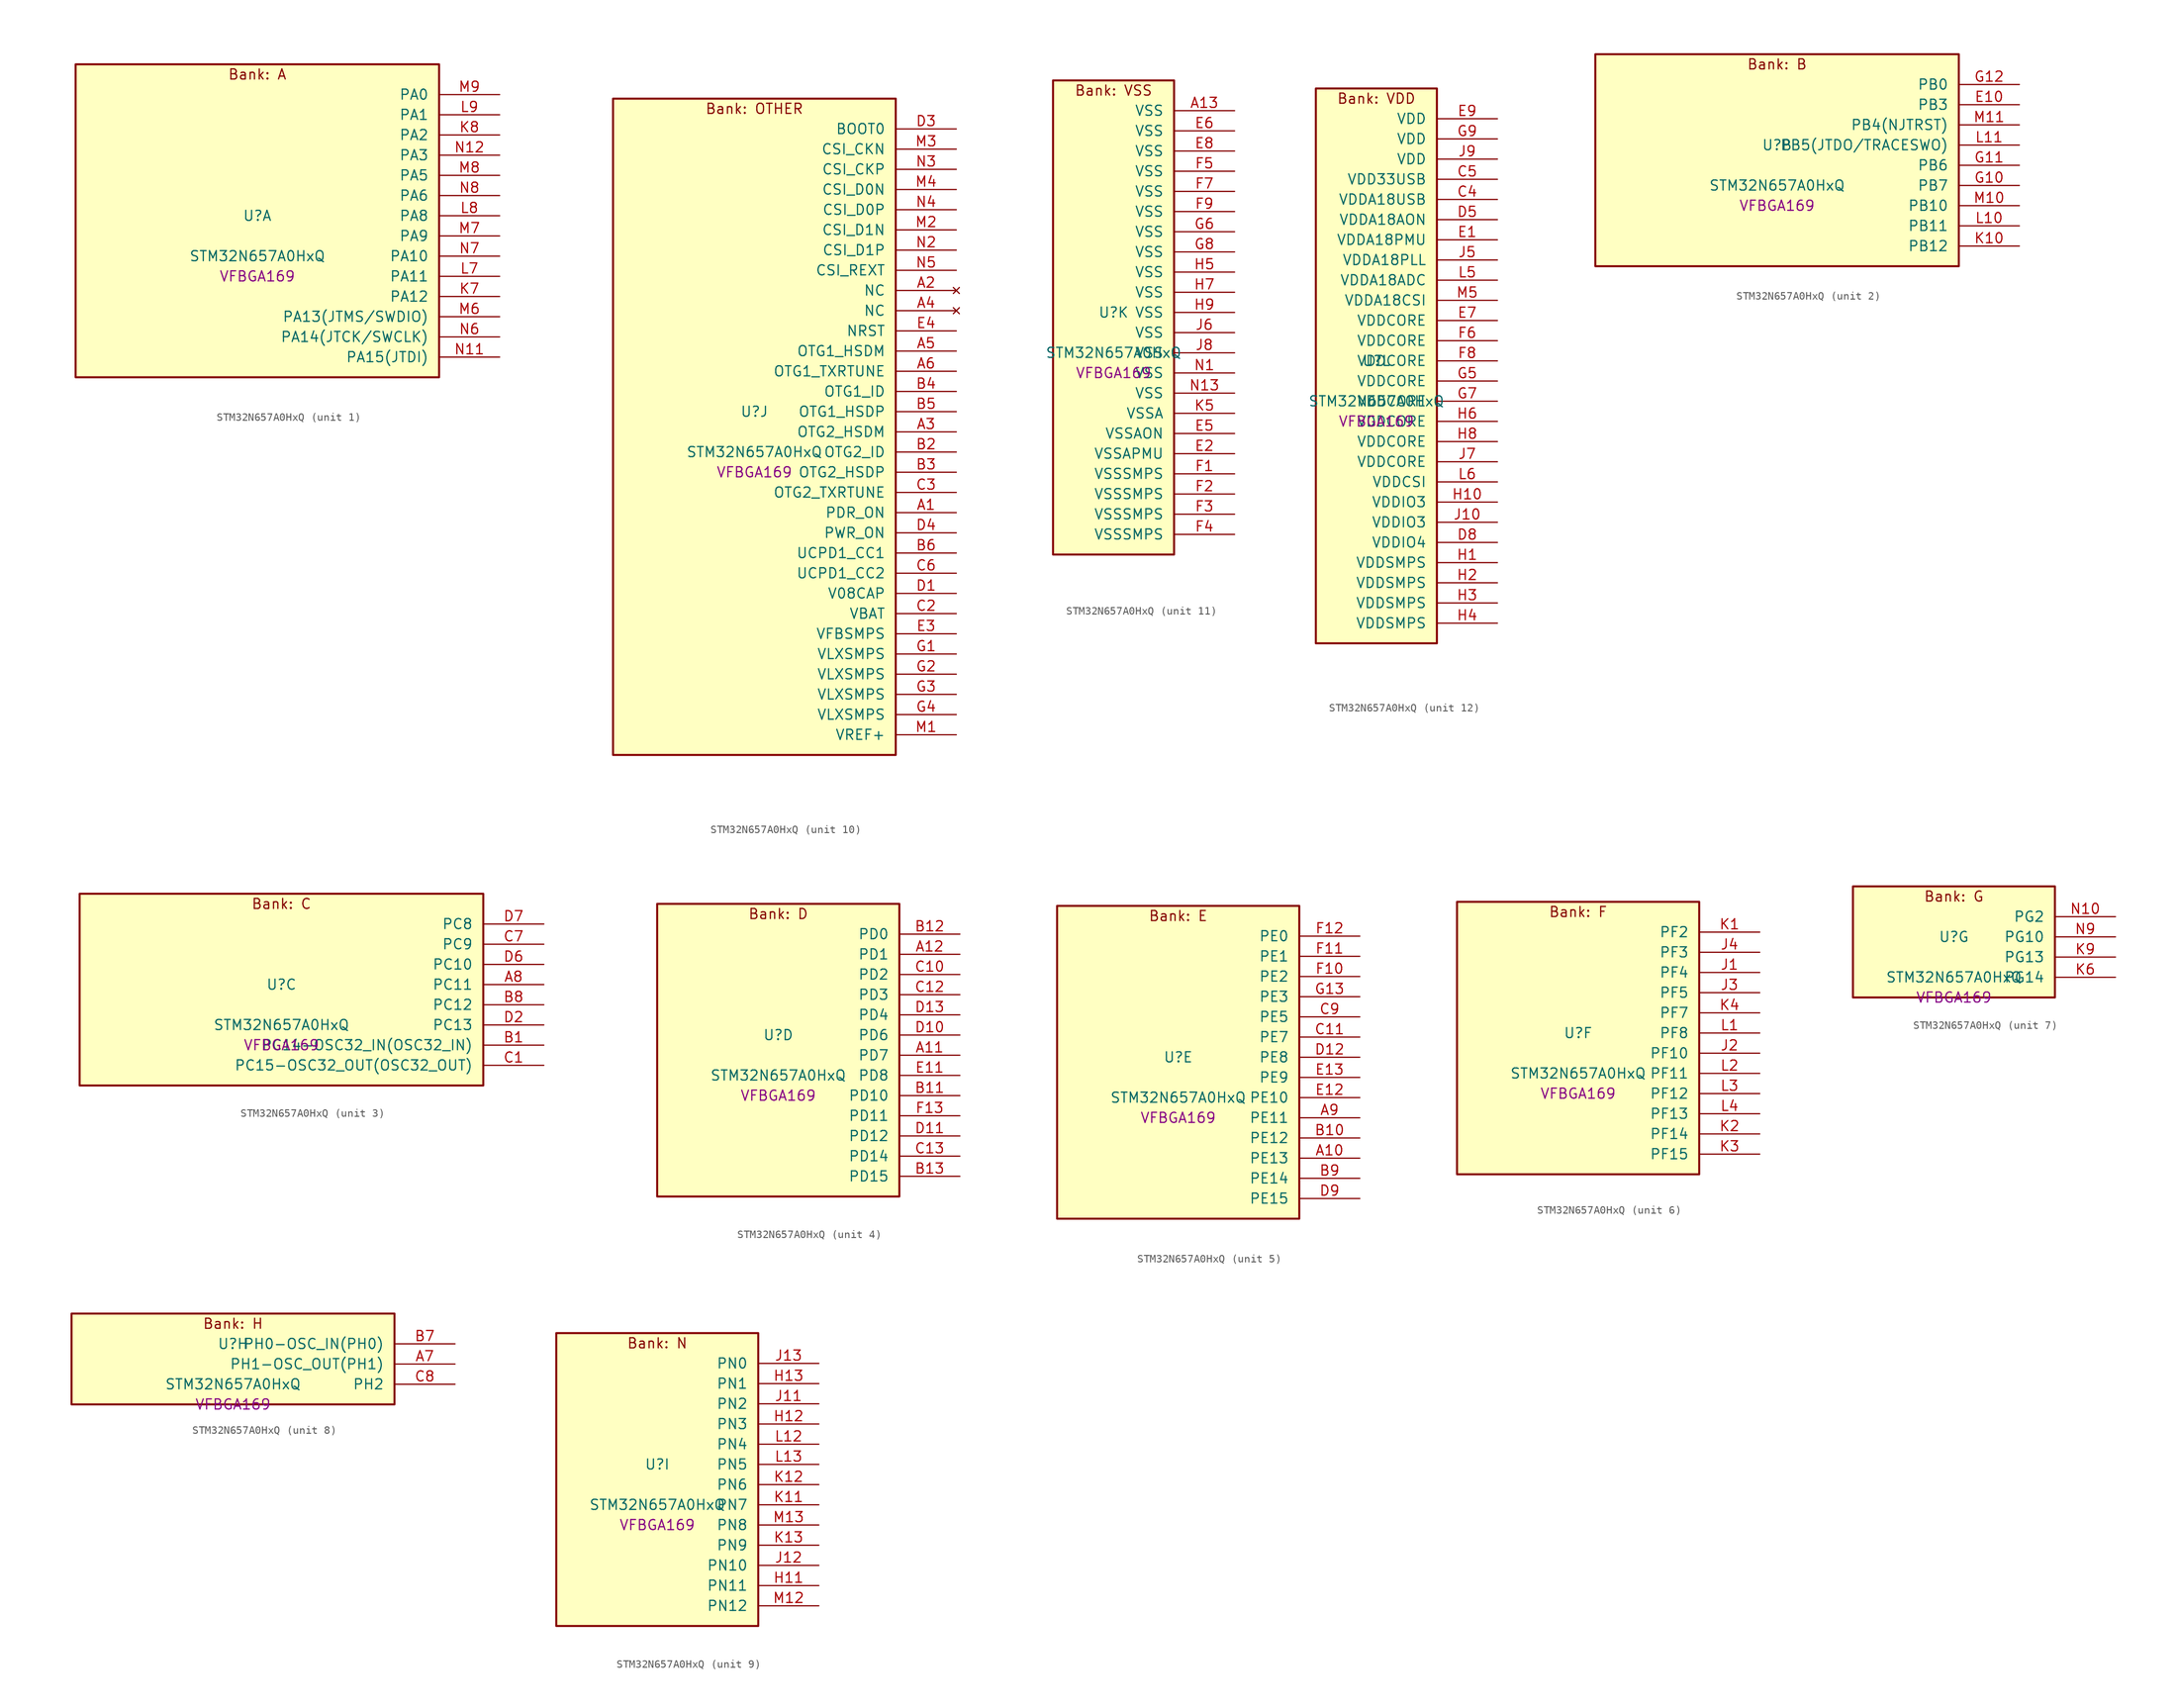
<source format=kicad_sym>
(kicad_symbol_lib
  (version 20241209)
  (generator "stm32_pkl_generator")
  (generator_version "1.0")
  (symbol "STM32N657A0HxQ"
    (pin_names
      (offset 1.27))
    (property "Reference" "U"
      (at 0 2.54 0))
    (property "Value" "STM32N657A0HxQ"
      (at 0 -2.54 0))
    (property "Footprint" "VFBGA169"
      (at 0 -5.08 0))
    (symbol "STM32N657A0HxQ_1_1"
      (rectangle (start -22.86 21.59) (end 22.86 -17.78) (stroke (width 0.254) (type solid)) (fill (type background)))
      (text "Bank: A" (at 0 20.32 0))
      (pin bidirectional line (at 30.48 17.78 180) (length 7.62) (name "PA0") (number "M9") (alternate "PA0/ADC1_INN1" bidirectional line) (alternate "PA0/ADC1_INP0" bidirectional line) (alternate "PA0/ADC2_INN1" bidirectional line) (alternate "PA0/ADC2_INP0" bidirectional line) (alternate "PA0/HDP_HDP0" bidirectional line) (alternate "PA0/I2S6_WS" bidirectional line) (alternate "PA0/LTDC_G3" bidirectional line) (alternate "PA0/PWR_WKUP1" bidirectional line) (alternate "PA0/SAI2_SD_B" bidirectional line) (alternate "PA0/SPI6_NSS" bidirectional line) (alternate "PA0/TIM15_BKIN" bidirectional line) (alternate "PA0/TIM2_CH1" bidirectional line) (alternate "PA0/TIM9_CH1" bidirectional line) (alternate "PA0/UART4_TX" bidirectional line))
      (pin bidirectional line (at 30.48 15.24 180) (length 7.62) (name "PA1") (number "L9") (alternate "PA1/ADC1_INP1" bidirectional line) (alternate "PA1/ADC2_INP1" bidirectional line) (alternate "PA1/DCMIPP_D0" bidirectional line) (alternate "PA1/DCMI_D0" bidirectional line) (alternate "PA1/HDP_HDP1" bidirectional line) (alternate "PA1/LTDC_G2" bidirectional line) (alternate "PA1/PSSI_D0" bidirectional line) (alternate "PA1/SAI2_MCLK_B" bidirectional line) (alternate "PA1/TIM15_CH1N" bidirectional line) (alternate "PA1/TIM2_CH2" bidirectional line) (alternate "PA1/UART4_RX" bidirectional line))
      (pin bidirectional line (at 30.48 12.7 180) (length 7.62) (name "PA2") (number "K8") (alternate "PA2/ADC1_INP14" bidirectional line) (alternate "PA2/ADC2_INP14" bidirectional line) (alternate "PA2/HDP_HDP2" bidirectional line) (alternate "PA2/LTDC_B7" bidirectional line) (alternate "PA2/MDIOS_MDIO" bidirectional line) (alternate "PA2/PWR_WKUP2" bidirectional line) (alternate "PA2/SAI2_SCK_B" bidirectional line) (alternate "PA2/TIM15_CH1" bidirectional line) (alternate "PA2/TIM2_CH3" bidirectional line))
      (pin bidirectional line (at 30.48 10.16 180) (length 7.62) (name "PA3") (number "N12") (alternate "PA3/SAI1_SD_B" bidirectional line) (alternate "PA3/SPI5_NSS" bidirectional line) (alternate "PA3/TIM16_CH1" bidirectional line) (alternate "PA3/UART7_RX" bidirectional line))
      (pin bidirectional line (at 30.48 7.62 180) (length 7.62) (name "PA5") (number "M8") (alternate "PA5/ADC2_INP18" bidirectional line) (alternate "PA5/DCMIPP_D8" bidirectional line) (alternate "PA5/DCMI_D8" bidirectional line) (alternate "PA5/HDP_HDP5" bidirectional line) (alternate "PA5/I2S1_CK" bidirectional line) (alternate "PA5/I2S6_CK" bidirectional line) (alternate "PA5/I3C1_SCL" bidirectional line) (alternate "PA5/LTDC_CLK" bidirectional line) (alternate "PA5/PSSI_D8" bidirectional line) (alternate "PA5/PWR_CSTOP" bidirectional line) (alternate "PA5/SPI1_SCK" bidirectional line) (alternate "PA5/SPI6_SCK" bidirectional line) (alternate "PA5/TIM10_CH1" bidirectional line) (alternate "PA5/TIM2_CH1" bidirectional line) (alternate "PA5/TIM2_ETR" bidirectional line) (alternate "PA5/TIM9_CH2" bidirectional line))
      (pin bidirectional line (at 30.48 5.08 180) (length 7.62) (name "PA6") (number "N8") (alternate "PA6/ADC1_INP3" bidirectional line) (alternate "PA6/ADC2_INP3" bidirectional line) (alternate "PA6/BOOT1" bidirectional line) (alternate "PA6/DCMIPP_PIXCLK" bidirectional line) (alternate "PA6/DCMI_PIXCLK" bidirectional line) (alternate "PA6/HDP_HDP6" bidirectional line) (alternate "PA6/I2S1_SDI" bidirectional line) (alternate "PA6/I2S6_SDI" bidirectional line) (alternate "PA6/I3C1_SDA" bidirectional line) (alternate "PA6/LTDC_B7" bidirectional line) (alternate "PA6/LTDC_HSYNC" bidirectional line) (alternate "PA6/MDIOS_MDC" bidirectional line) (alternate "PA6/PSSI_PDCK" bidirectional line) (alternate "PA6/SPI1_MISO" bidirectional line) (alternate "PA6/SPI6_MISO" bidirectional line) (alternate "PA6/TIM13_CH1" bidirectional line) (alternate "PA6/TIM1_BKIN" bidirectional line) (alternate "PA6/TIM3_CH1" bidirectional line))
      (pin bidirectional line (at 30.48 2.54 180) (length 7.62) (name "PA8") (number "L8") (alternate "PA8/ADC1_INP5" bidirectional line) (alternate "PA8/ADC2_INP5" bidirectional line) (alternate "PA8/HDP_HDP0" bidirectional line) (alternate "PA8/I2C3_SCL" bidirectional line) (alternate "PA8/I3C2_SCL" bidirectional line) (alternate "PA8/LTDC_B6" bidirectional line) (alternate "PA8/RCC_MCO_1" bidirectional line) (alternate "PA8/TIM11_CH1" bidirectional line) (alternate "PA8/TIM1_CH1" bidirectional line) (alternate "PA8/UART7_RX" bidirectional line) (alternate "PA8/USART1_CK" bidirectional line))
      (pin bidirectional line (at 30.48 0 180) (length 7.62) (name "PA9") (number "M7") (alternate "PA9/ADC1_INP10" bidirectional line) (alternate "PA9/ADC2_INP10" bidirectional line) (alternate "PA9/DCMIPP_D0" bidirectional line) (alternate "PA9/DCMI_D0" bidirectional line) (alternate "PA9/HDP_HDP1" bidirectional line) (alternate "PA9/I2C3_SDA" bidirectional line) (alternate "PA9/I2S2_CK" bidirectional line) (alternate "PA9/I3C2_SDA" bidirectional line) (alternate "PA9/LPUART1_TX" bidirectional line) (alternate "PA9/LTDC_B5" bidirectional line) (alternate "PA9/PSSI_D0" bidirectional line) (alternate "PA9/SPI2_SCK" bidirectional line) (alternate "PA9/TIM1_CH2" bidirectional line) (alternate "PA9/USART1_TX" bidirectional line))
      (pin bidirectional line (at 30.48 -2.54 180) (length 7.62) (name "PA10") (number "N7") (alternate "PA10/ADC1_INN10" bidirectional line) (alternate "PA10/ADC1_INP11" bidirectional line) (alternate "PA10/ADC2_INN10" bidirectional line) (alternate "PA10/ADC2_INP11" bidirectional line) (alternate "PA10/DCMIPP_D1" bidirectional line) (alternate "PA10/DCMI_D1" bidirectional line) (alternate "PA10/HDP_HDP2" bidirectional line) (alternate "PA10/LPUART1_RX" bidirectional line) (alternate "PA10/LTDC_B4" bidirectional line) (alternate "PA10/MDIOS_MDIO" bidirectional line) (alternate "PA10/PSSI_D1" bidirectional line) (alternate "PA10/PWR_CSLEEP" bidirectional line) (alternate "PA10/TIM1_CH3" bidirectional line) (alternate "PA10/USART1_RX" bidirectional line))
      (pin bidirectional line (at 30.48 -5.08 180) (length 7.62) (name "PA11") (number "L7") (alternate "PA11/ADC1_EXTI11" bidirectional line) (alternate "PA11/ADC1_INN11" bidirectional line) (alternate "PA11/ADC1_INP12" bidirectional line) (alternate "PA11/ADC2_EXTI11" bidirectional line) (alternate "PA11/ADC2_INN11" bidirectional line) (alternate "PA11/ADC2_INP12" bidirectional line) (alternate "PA11/FDCAN1_RX" bidirectional line) (alternate "PA11/HDP_HDP3" bidirectional line) (alternate "PA11/I2S2_WS" bidirectional line) (alternate "PA11/LPUART1_CTS" bidirectional line) (alternate "PA11/LTDC_B3" bidirectional line) (alternate "PA11/SPI2_NSS" bidirectional line) (alternate "PA11/TIM1_CH4" bidirectional line) (alternate "PA11/UART4_RX" bidirectional line) (alternate "PA11/USART1_CTS" bidirectional line) (alternate "PA11/USART1_NSS" bidirectional line))
      (pin bidirectional line (at 30.48 -7.62 180) (length 7.62) (name "PA12") (number "K7") (alternate "PA12/ADC1_INN12" bidirectional line) (alternate "PA12/ADC1_INP13" bidirectional line) (alternate "PA12/ADC2_INN12" bidirectional line) (alternate "PA12/ADC2_INP13" bidirectional line) (alternate "PA12/FDCAN1_TX" bidirectional line) (alternate "PA12/HDP_HDP4" bidirectional line) (alternate "PA12/I2S2_CK" bidirectional line) (alternate "PA12/LPUART1_RTS" bidirectional line) (alternate "PA12/LTDC_B2" bidirectional line) (alternate "PA12/SAI2_FS_B" bidirectional line) (alternate "PA12/SPI2_SCK" bidirectional line) (alternate "PA12/TIM1_ETR" bidirectional line) (alternate "PA12/UART4_TX" bidirectional line) (alternate "PA12/USART1_RTS" bidirectional line))
      (pin bidirectional line (at 30.48 -10.16 180) (length 7.62) (name "PA13(JTMS/SWDIO)") (number "M6") (alternate "PA13(JTMS/SWDIO)/DEBUG_JTMS-SWDIO" bidirectional line) (alternate "PA13(JTMS/SWDIO)/HDP_HDP5" bidirectional line))
      (pin bidirectional line (at 30.48 -12.7 180) (length 7.62) (name "PA14(JTCK/SWCLK)") (number "N6") (alternate "PA14(JTCK/SWCLK)/DEBUG_JTCK-SWCLK" bidirectional line) (alternate "PA14(JTCK/SWCLK)/HDP_HDP6" bidirectional line))
      (pin bidirectional line (at 30.48 -15.24 180) (length 7.62) (name "PA15(JTDI)") (number "N11") (alternate "PA15(JTDI)/ADC1_EXTI15" bidirectional line) (alternate "PA15(JTDI)/ADC2_EXTI15" bidirectional line) (alternate "PA15(JTDI)/DEBUG_JTDI" bidirectional line) (alternate "PA15(JTDI)/HDP_HDP7" bidirectional line) (alternate "PA15(JTDI)/I2S1_WS" bidirectional line) (alternate "PA15(JTDI)/I2S3_WS" bidirectional line) (alternate "PA15(JTDI)/I2S6_WS" bidirectional line) (alternate "PA15(JTDI)/LTDC_R5" bidirectional line) (alternate "PA15(JTDI)/SPI1_NSS" bidirectional line) (alternate "PA15(JTDI)/SPI3_NSS" bidirectional line) (alternate "PA15(JTDI)/SPI6_NSS" bidirectional line) (alternate "PA15(JTDI)/TIM2_CH1" bidirectional line) (alternate "PA15(JTDI)/TIM2_ETR" bidirectional line) (alternate "PA15(JTDI)/UART4_DE" bidirectional line) (alternate "PA15(JTDI)/UART4_RTS" bidirectional line) (alternate "PA15(JTDI)/UART7_TX" bidirectional line)))
    (symbol "STM32N657A0HxQ_2_1"
      (rectangle (start -22.86 13.97) (end 22.86 -12.7) (stroke (width 0.254) (type solid)) (fill (type background)))
      (text "Bank: B" (at 0 12.7 0))
      (pin bidirectional line (at 30.48 10.16 180) (length 7.62) (name "PB0") (number "G12") (alternate "PB0/ADF1_SDI0" bidirectional line) (alternate "PB0/DCMIPP_D4" bidirectional line) (alternate "PB0/DCMI_D4" bidirectional line) (alternate "PB0/DEBUG_TRACED1" bidirectional line) (alternate "PB0/MDF1_SDI2" bidirectional line) (alternate "PB0/PSSI_D4" bidirectional line) (alternate "PB0/SAI1_D2" bidirectional line) (alternate "PB0/SAI1_FS_A" bidirectional line) (alternate "PB0/SPI4_NSS" bidirectional line) (alternate "PB0/TIM15_CH1N" bidirectional line) (alternate "PB0/TIM1_CH4" bidirectional line))
      (pin bidirectional line (at 30.48 7.62 180) (length 7.62) (name "PB3") (number "E10") (alternate "PB3/DEBUG_JTDO-SWO" bidirectional line) (alternate "PB3/DEBUG_TRACECLK" bidirectional line) (alternate "PB3/GFXTIM_FCKCAL" bidirectional line) (alternate "PB3/GFXTIM_LCKCAL" bidirectional line) (alternate "PB3/HDP_HDP0" bidirectional line) (alternate "PB3/MDF1_CKI1" bidirectional line) (alternate "PB3/SAI2_FS_B" bidirectional line) (alternate "PB3/TIM1_CH4N" bidirectional line) (alternate "PB3/USART1_CK" bidirectional line))
      (pin bidirectional line (at 30.48 5.08 180) (length 7.62) (name "PB4(NJTRST)") (number "M11") (alternate "PB4(NJTRST)/DCMIPP_VSYNC" bidirectional line) (alternate "PB4(NJTRST)/DCMI_VSYNC" bidirectional line) (alternate "PB4(NJTRST)/DEBUG_NJTRST" bidirectional line) (alternate "PB4(NJTRST)/HDP_HDP4" bidirectional line) (alternate "PB4(NJTRST)/I2S1_SDI" bidirectional line) (alternate "PB4(NJTRST)/I2S2_WS" bidirectional line) (alternate "PB4(NJTRST)/I2S3_SDI" bidirectional line) (alternate "PB4(NJTRST)/I2S6_SDI" bidirectional line) (alternate "PB4(NJTRST)/LTDC_R3" bidirectional line) (alternate "PB4(NJTRST)/PSSI_RDY" bidirectional line) (alternate "PB4(NJTRST)/SPI1_MISO" bidirectional line) (alternate "PB4(NJTRST)/SPI2_NSS" bidirectional line) (alternate "PB4(NJTRST)/SPI3_MISO" bidirectional line) (alternate "PB4(NJTRST)/SPI6_MISO" bidirectional line) (alternate "PB4(NJTRST)/TIM16_BKIN" bidirectional line) (alternate "PB4(NJTRST)/TIM3_CH1" bidirectional line) (alternate "PB4(NJTRST)/UART7_TX" bidirectional line))
      (pin bidirectional line (at 30.48 2.54 180) (length 7.62) (name "PB5(JTDO/TRACESWO)") (number "L11") (alternate "PB5(JTDO/TRACESWO)/DCMIPP_D10" bidirectional line) (alternate "PB5(JTDO/TRACESWO)/DCMI_D10" bidirectional line) (alternate "PB5(JTDO/TRACESWO)/DEBUG_JTDO-SWO" bidirectional line) (alternate "PB5(JTDO/TRACESWO)/FDCAN2_RX" bidirectional line) (alternate "PB5(JTDO/TRACESWO)/HDP_HDP5" bidirectional line) (alternate "PB5(JTDO/TRACESWO)/I2S1_SDO" bidirectional line) (alternate "PB5(JTDO/TRACESWO)/I2S3_SDO" bidirectional line) (alternate "PB5(JTDO/TRACESWO)/I2S6_SDO" bidirectional line) (alternate "PB5(JTDO/TRACESWO)/LTDC_R2" bidirectional line) (alternate "PB5(JTDO/TRACESWO)/PSSI_D10" bidirectional line) (alternate "PB5(JTDO/TRACESWO)/SPI1_MOSI" bidirectional line) (alternate "PB5(JTDO/TRACESWO)/SPI3_MOSI" bidirectional line) (alternate "PB5(JTDO/TRACESWO)/SPI6_MOSI" bidirectional line) (alternate "PB5(JTDO/TRACESWO)/TIM3_CH2" bidirectional line) (alternate "PB5(JTDO/TRACESWO)/UART5_RX" bidirectional line))
      (pin bidirectional line (at 30.48 0 180) (length 7.62) (name "PB6") (number "G11") (alternate "PB6/ADF1_CCK1" bidirectional line) (alternate "PB6/DCMIPP_D6" bidirectional line) (alternate "PB6/DCMI_D6" bidirectional line) (alternate "PB6/DEBUG_TRACED2" bidirectional line) (alternate "PB6/MDF1_CCK1" bidirectional line) (alternate "PB6/PSSI_D6" bidirectional line) (alternate "PB6/SAI1_CK2" bidirectional line) (alternate "PB6/SAI1_SCK_A" bidirectional line) (alternate "PB6/SPI4_MISO" bidirectional line) (alternate "PB6/TIM15_CH1" bidirectional line))
      (pin bidirectional line (at 30.48 -2.54 180) (length 7.62) (name "PB7") (number "G10") (alternate "PB7/ADF1_SDI0" bidirectional line) (alternate "PB7/DCMIPP_D7" bidirectional line) (alternate "PB7/DCMI_D7" bidirectional line) (alternate "PB7/DEBUG_TRACED3" bidirectional line) (alternate "PB7/MDF1_SDI1" bidirectional line) (alternate "PB7/PSSI_D7" bidirectional line) (alternate "PB7/SAI1_D1" bidirectional line) (alternate "PB7/SAI1_SD_A" bidirectional line) (alternate "PB7/SAI2_MCLK_B" bidirectional line) (alternate "PB7/SPI4_MOSI" bidirectional line) (alternate "PB7/TIM15_CH2" bidirectional line) (alternate "PB7/TIM1_BKIN2" bidirectional line))
      (pin bidirectional line (at 30.48 -5.08 180) (length 7.62) (name "PB10") (number "M10") (alternate "PB10/ADC1_INN4" bidirectional line) (alternate "PB10/ADC1_INP8" bidirectional line) (alternate "PB10/ADC2_INN4" bidirectional line) (alternate "PB10/ADC2_INP8" bidirectional line) (alternate "PB10/HDP_HDP2" bidirectional line) (alternate "PB10/I2C2_SCL" bidirectional line) (alternate "PB10/I2S2_CK" bidirectional line) (alternate "PB10/I3C2_SCL" bidirectional line) (alternate "PB10/LPTIM2_IN1" bidirectional line) (alternate "PB10/LTDC_G7" bidirectional line) (alternate "PB10/SPI2_SCK" bidirectional line) (alternate "PB10/TIM2_CH3" bidirectional line) (alternate "PB10/USART3_TX" bidirectional line))
      (pin bidirectional line (at 30.48 -7.62 180) (length 7.62) (name "PB11") (number "L10") (alternate "PB11/ADC1_EXTI11" bidirectional line) (alternate "PB11/ADC1_INP4" bidirectional line) (alternate "PB11/ADC2_EXTI11" bidirectional line) (alternate "PB11/ADC2_INP4" bidirectional line) (alternate "PB11/HDP_HDP3" bidirectional line) (alternate "PB11/I2C2_SDA" bidirectional line) (alternate "PB11/I3C2_SDA" bidirectional line) (alternate "PB11/LPTIM2_ETR" bidirectional line) (alternate "PB11/LTDC_G6" bidirectional line) (alternate "PB11/TIM2_CH4" bidirectional line) (alternate "PB11/USART3_RX" bidirectional line))
      (pin bidirectional line (at 30.48 -10.16 180) (length 7.62) (name "PB12") (number "K10") (alternate "PB12/FDCAN2_RX" bidirectional line) (alternate "PB12/HDP_HDP4" bidirectional line) (alternate "PB12/I2C2_SMBA" bidirectional line) (alternate "PB12/I2S2_WS" bidirectional line) (alternate "PB12/LPTIM2_IN2" bidirectional line) (alternate "PB12/LTDC_G5" bidirectional line) (alternate "PB12/SPI2_NSS" bidirectional line) (alternate "PB12/TIM1_BKIN" bidirectional line) (alternate "PB12/UART5_RX" bidirectional line) (alternate "PB12/USART3_CK" bidirectional line)))
    (symbol "STM32N657A0HxQ_3_1"
      (rectangle (start -25.4 13.97) (end 25.4 -10.16) (stroke (width 0.254) (type solid)) (fill (type background)))
      (text "Bank: C" (at 0 12.7 0))
      (pin bidirectional line (at 33.02 10.16 180) (length 7.62) (name "PC8") (number "D7") (alternate "PC8/DCMIPP_D2" bidirectional line) (alternate "PC8/DCMI_D2" bidirectional line) (alternate "PC8/DEBUG_TRACED1" bidirectional line) (alternate "PC8/HDP_HDP0" bidirectional line) (alternate "PC8/I2C3_SMBA" bidirectional line) (alternate "PC8/LTDC_B0" bidirectional line) (alternate "PC8/PSSI_D2" bidirectional line) (alternate "PC8/TIM3_CH3" bidirectional line) (alternate "PC8/UART5_DE" bidirectional line) (alternate "PC8/UART5_RTS" bidirectional line) (alternate "PC8/UCPD1_FRSTX1" bidirectional line) (alternate "PC8/USART6_CK" bidirectional line))
      (pin bidirectional line (at 33.02 7.62 180) (length 7.62) (name "PC9") (number "C7") (alternate "PC9/AUDIOCLK" bidirectional line) (alternate "PC9/DCMIPP_D3" bidirectional line) (alternate "PC9/DCMI_D3" bidirectional line) (alternate "PC9/HDP_HDP1" bidirectional line) (alternate "PC9/I2C3_SDA" bidirectional line) (alternate "PC9/LTDC_B3" bidirectional line) (alternate "PC9/PSSI_D3" bidirectional line) (alternate "PC9/RCC_MCO_2" bidirectional line) (alternate "PC9/TIM3_CH4" bidirectional line) (alternate "PC9/UART5_CTS" bidirectional line) (alternate "PC9/UCPD1_FRSTX2" bidirectional line) (alternate "PC9/USART6_RX" bidirectional line))
      (pin bidirectional line (at 33.02 5.08 180) (length 7.62) (name "PC10") (number "D6") (alternate "PC10/DCMIPP_D14" bidirectional line) (alternate "PC10/HDP_HDP2" bidirectional line) (alternate "PC10/I2C4_SCL" bidirectional line) (alternate "PC10/I2S3_CK" bidirectional line) (alternate "PC10/I3C2_SCL" bidirectional line) (alternate "PC10/PSSI_D14" bidirectional line) (alternate "PC10/SPI3_SCK" bidirectional line) (alternate "PC10/TIM1_BKIN" bidirectional line) (alternate "PC10/UART4_TX" bidirectional line) (alternate "PC10/USART3_TX" bidirectional line))
      (pin bidirectional line (at 33.02 2.54 180) (length 7.62) (name "PC11") (number "A8") (alternate "PC11/ADC1_EXTI11" bidirectional line) (alternate "PC11/ADC2_EXTI11" bidirectional line) (alternate "PC11/DCMIPP_D4" bidirectional line) (alternate "PC11/DCMI_D4" bidirectional line) (alternate "PC11/HDP_HDP3" bidirectional line) (alternate "PC11/I2C4_SDA" bidirectional line) (alternate "PC11/I2S3_SDI" bidirectional line) (alternate "PC11/I3C2_SDA" bidirectional line) (alternate "PC11/PSSI_D4" bidirectional line) (alternate "PC11/SPI3_MISO" bidirectional line) (alternate "PC11/UART4_RX" bidirectional line) (alternate "PC11/USART3_RX" bidirectional line))
      (pin bidirectional line (at 33.02 0 180) (length 7.62) (name "PC12") (number "B8") (alternate "PC12/DCMIPP_D9" bidirectional line) (alternate "PC12/DCMI_D9" bidirectional line) (alternate "PC12/DEBUG_TRACED3" bidirectional line) (alternate "PC12/HDP_HDP4" bidirectional line) (alternate "PC12/I2S3_SDO" bidirectional line) (alternate "PC12/I2S6_CK" bidirectional line) (alternate "PC12/PSSI_D9" bidirectional line) (alternate "PC12/SPI3_MOSI" bidirectional line) (alternate "PC12/SPI6_SCK" bidirectional line) (alternate "PC12/TIM15_CH1" bidirectional line) (alternate "PC12/TIM1_CH4" bidirectional line) (alternate "PC12/UART5_TX" bidirectional line) (alternate "PC12/USART3_CK" bidirectional line))
      (pin bidirectional line (at 33.02 -2.54 180) (length 7.62) (name "PC13") (number "D2") (alternate "PC13/HDP_HDP5" bidirectional line) (alternate "PC13/PWR_WKUP3" bidirectional line) (alternate "PC13/RTC_OUT1" bidirectional line) (alternate "PC13/RTC_TS" bidirectional line) (alternate "PC13/TAMP_IN1" bidirectional line) (alternate "PC13/TAMP_OUT2" bidirectional line))
      (pin bidirectional line (at 33.02 -5.08 180) (length 7.62) (name "PC14-OSC32_IN(OSC32_IN)") (number "B1") (alternate "PC14-OSC32_IN(OSC32_IN)/RCC_OSC32_IN" bidirectional line))
      (pin bidirectional line (at 33.02 -7.62 180) (length 7.62) (name "PC15-OSC32_OUT(OSC32_OUT)") (number "C1") (alternate "PC15-OSC32_OUT(OSC32_OUT)/ADC1_EXTI15" bidirectional line) (alternate "PC15-OSC32_OUT(OSC32_OUT)/ADC2_EXTI15" bidirectional line) (alternate "PC15-OSC32_OUT(OSC32_OUT)/RCC_OSC32_OUT" bidirectional line)))
    (symbol "STM32N657A0HxQ_4_1"
      (rectangle (start -15.24 19.05) (end 15.24 -17.78) (stroke (width 0.254) (type solid)) (fill (type background)))
      (text "Bank: D" (at 0 17.78 0))
      (pin bidirectional line (at 22.86 15.24 180) (length 7.62) (name "PD0") (number "B12") (alternate "PD0/DCMIPP_HSYNC" bidirectional line) (alternate "PD0/DCMI_HSYNC" bidirectional line) (alternate "PD0/FDCAN1_RX" bidirectional line) (alternate "PD0/PSSI_DE" bidirectional line) (alternate "PD0/TIM1_ETR" bidirectional line) (alternate "PD0/UART4_RX" bidirectional line))
      (pin bidirectional line (at 22.86 12.7 180) (length 7.62) (name "PD1") (number "A12") (alternate "PD1/ETH1_MDC" bidirectional line) (alternate "PD1/FDCAN1_TX" bidirectional line) (alternate "PD1/UART4_TX" bidirectional line))
      (pin bidirectional line (at 22.86 10.16 180) (length 7.62) (name "PD2") (number "C10") (alternate "PD2/ADF1_SDI0" bidirectional line) (alternate "PD2/DEBUG_TRACED0" bidirectional line) (alternate "PD2/HDP_HDP1" bidirectional line) (alternate "PD2/I2S2_SDO" bidirectional line) (alternate "PD2/MDF1_SDI1" bidirectional line) (alternate "PD2/MDIOS_MDC" bidirectional line) (alternate "PD2/PWR_WKUP4" bidirectional line) (alternate "PD2/SAI1_D1" bidirectional line) (alternate "PD2/SAI1_SD_A" bidirectional line) (alternate "PD2/SPI2_MOSI" bidirectional line) (alternate "PD2/TIM15_CH1N" bidirectional line) (alternate "PD2/TIM1_CH3" bidirectional line))
      (pin bidirectional line (at 22.86 7.62 180) (length 7.62) (name "PD3") (number "C12") (alternate "PD3/DCMIPP_D14" bidirectional line) (alternate "PD3/ETH1_PHY_INTN" bidirectional line) (alternate "PD3/I2C2_SMBA" bidirectional line) (alternate "PD3/PSSI_D14" bidirectional line) (alternate "PD3/USART6_CTS" bidirectional line))
      (pin bidirectional line (at 22.86 5.08 180) (length 7.62) (name "PD4") (number "D13") (alternate "PD4/DCMIPP_D9" bidirectional line) (alternate "PD4/DCMI_D9" bidirectional line) (alternate "PD4/I2C2_SDA" bidirectional line) (alternate "PD4/PSSI_D9" bidirectional line) (alternate "PD4/SPI5_MISO" bidirectional line) (alternate "PD4/TAMP_IN7" bidirectional line) (alternate "PD4/TAMP_OUT8" bidirectional line) (alternate "PD4/TIM1_BKIN2" bidirectional line) (alternate "PD4/USART6_RTS" bidirectional line))
      (pin bidirectional line (at 22.86 2.54 180) (length 7.62) (name "PD6") (number "D10") (alternate "PD6/HDP_HDP2" bidirectional line) (alternate "PD6/I2S2_SDI" bidirectional line) (alternate "PD6/SPI2_MISO" bidirectional line) (alternate "PD6/TIM15_CH2" bidirectional line) (alternate "PD6/TIM1_CH1" bidirectional line))
      (pin bidirectional line (at 22.86 0 180) (length 7.62) (name "PD7") (number "A11") (alternate "PD7/DCMIPP_D0" bidirectional line) (alternate "PD7/DCMI_D0" bidirectional line) (alternate "PD7/HDP_HDP3" bidirectional line) (alternate "PD7/I2S2_SDO" bidirectional line) (alternate "PD7/I2S3_WS" bidirectional line) (alternate "PD7/PSSI_D0" bidirectional line) (alternate "PD7/SPI2_MOSI" bidirectional line) (alternate "PD7/SPI3_NSS" bidirectional line) (alternate "PD7/TIM15_CH1N" bidirectional line) (alternate "PD7/TIM1_CH2" bidirectional line))
      (pin bidirectional line (at 22.86 -2.54 180) (length 7.62) (name "PD8") (number "E11") (alternate "PD8/DCMIPP_D11" bidirectional line) (alternate "PD8/DCMI_D11" bidirectional line) (alternate "PD8/LTDC_R7" bidirectional line) (alternate "PD8/PSSI_D11" bidirectional line) (alternate "PD8/TAMP_IN3" bidirectional line) (alternate "PD8/TAMP_OUT4" bidirectional line) (alternate "PD8/USART3_TX" bidirectional line))
      (pin bidirectional line (at 22.86 -5.08 180) (length 7.62) (name "PD10") (number "B11") (alternate "PD10/DEBUG_TRACECLK" bidirectional line) (alternate "PD10/GFXTIM_TE" bidirectional line) (alternate "PD10/HDP_HDP4" bidirectional line) (alternate "PD10/I2S1_MCK" bidirectional line) (alternate "PD10/MDF1_CKI3" bidirectional line) (alternate "PD10/SAI2_FS_B" bidirectional line) (alternate "PD10/TIM1_ETR" bidirectional line) (alternate "PD10/UCPD1_FRSTX1" bidirectional line))
      (pin bidirectional line (at 22.86 -7.62 180) (length 7.62) (name "PD11") (number "F13") (alternate "PD11/ADC1_EXTI11" bidirectional line) (alternate "PD11/ADC2_EXTI11" bidirectional line) (alternate "PD11/DCMIPP_D15" bidirectional line) (alternate "PD11/I2C4_SDA" bidirectional line) (alternate "PD11/I2S2_SDI" bidirectional line) (alternate "PD11/PSSI_D15" bidirectional line) (alternate "PD11/SPI2_MISO" bidirectional line) (alternate "PD11/UCPD1_FRSTX1" bidirectional line))
      (pin bidirectional line (at 22.86 -10.16 180) (length 7.62) (name "PD12") (number "D11") (alternate "PD12/DCMIPP_D12" bidirectional line) (alternate "PD12/DCMI_D12" bidirectional line) (alternate "PD12/ETH1_MDIO" bidirectional line) (alternate "PD12/HDP_HDP5" bidirectional line) (alternate "PD12/MDF1_SDI3" bidirectional line) (alternate "PD12/PSSI_D12" bidirectional line) (alternate "PD12/SAI1_D3" bidirectional line) (alternate "PD12/UCPD1_FRSTX2" bidirectional line))
      (pin bidirectional line (at 22.86 -12.7 180) (length 7.62) (name "PD14") (number "C13") (alternate "PD14/I2C2_SCL" bidirectional line))
      (pin bidirectional line (at 22.86 -15.24 180) (length 7.62) (name "PD15") (number "B13") (alternate "PD15/ADC1_EXTI15" bidirectional line) (alternate "PD15/ADC2_EXTI15" bidirectional line) (alternate "PD15/I2C2_SDA" bidirectional line) (alternate "PD15/LTDC_R2" bidirectional line)))
    (symbol "STM32N657A0HxQ_5_1"
      (rectangle (start -15.24 21.59) (end 15.24 -17.78) (stroke (width 0.254) (type solid)) (fill (type background)))
      (text "Bank: E" (at 0 20.32 0))
      (pin bidirectional line (at 22.86 17.78 180) (length 7.62) (name "PE0") (number "F12") (alternate "PE0/DCMIPP_D2" bidirectional line) (alternate "PE0/DCMI_D2" bidirectional line) (alternate "PE0/LPTIM2_ETR" bidirectional line) (alternate "PE0/PSSI_D2" bidirectional line) (alternate "PE0/SAI2_MCLK_A" bidirectional line) (alternate "PE0/TAMP_IN6" bidirectional line) (alternate "PE0/TAMP_OUT5" bidirectional line) (alternate "PE0/USART3_RX" bidirectional line))
      (pin bidirectional line (at 22.86 15.24 180) (length 7.62) (name "PE1") (number "F11") (alternate "PE1/DCMIPP_D8" bidirectional line) (alternate "PE1/DCMI_D8" bidirectional line) (alternate "PE1/LPTIM2_CH2" bidirectional line) (alternate "PE1/PSSI_D8" bidirectional line) (alternate "PE1/USART3_TX" bidirectional line))
      (pin bidirectional line (at 22.86 12.7 180) (length 7.62) (name "PE2") (number "F10") (alternate "PE2/ADF1_CCK0" bidirectional line) (alternate "PE2/DEBUG_TRACECLK" bidirectional line) (alternate "PE2/MDF1_CCK0" bidirectional line) (alternate "PE2/SAI1_CK1" bidirectional line) (alternate "PE2/SAI1_MCLK_A" bidirectional line) (alternate "PE2/SPI4_SCK" bidirectional line) (alternate "PE2/TIM1_CH2N" bidirectional line) (alternate "PE2/UCPD1_FRSTX1" bidirectional line))
      (pin bidirectional line (at 22.86 10.16 180) (length 7.62) (name "PE3") (number "G13") (alternate "PE3/DEBUG_TRACED0" bidirectional line) (alternate "PE3/MDF1_CKI2" bidirectional line) (alternate "PE3/SAI1_SD_B" bidirectional line) (alternate "PE3/TIM15_BKIN" bidirectional line))
      (pin bidirectional line (at 22.86 7.62 180) (length 7.62) (name "PE5") (number "C9") (alternate "PE5/DCMIPP_D5" bidirectional line) (alternate "PE5/DCMI_D5" bidirectional line) (alternate "PE5/FDCAN2_TX" bidirectional line) (alternate "PE5/HDP_HDP6" bidirectional line) (alternate "PE5/I3C1_SCL" bidirectional line) (alternate "PE5/LPUART1_TX" bidirectional line) (alternate "PE5/PSSI_D5" bidirectional line) (alternate "PE5/TIM16_CH1N" bidirectional line) (alternate "PE5/UART5_TX" bidirectional line) (alternate "PE5/USART1_TX" bidirectional line))
      (pin bidirectional line (at 22.86 5.08 180) (length 7.62) (name "PE7") (number "C11") (alternate "PE7/MDF1_CKI0" bidirectional line) (alternate "PE7/SAI2_SD_B" bidirectional line) (alternate "PE7/TIM1_ETR" bidirectional line) (alternate "PE7/UART7_RX" bidirectional line))
      (pin bidirectional line (at 22.86 2.54 180) (length 7.62) (name "PE8") (number "D12") (alternate "PE8/DCMIPP_D4" bidirectional line) (alternate "PE8/DCMI_D4" bidirectional line) (alternate "PE8/MDF1_SDI0" bidirectional line) (alternate "PE8/PSSI_D4" bidirectional line) (alternate "PE8/TIM1_CH1N" bidirectional line) (alternate "PE8/UART7_TX" bidirectional line) (alternate "PE8/USART3_TX" bidirectional line))
      (pin bidirectional line (at 22.86 0 180) (length 7.62) (name "PE9") (number "E13") (alternate "PE9/MDF1_CKI4" bidirectional line) (alternate "PE9/TIM1_CH1" bidirectional line) (alternate "PE9/UART7_RTS" bidirectional line))
      (pin bidirectional line (at 22.86 -2.54 180) (length 7.62) (name "PE10") (number "E12") (alternate "PE10/DCMIPP_D3" bidirectional line) (alternate "PE10/DCMI_D3" bidirectional line) (alternate "PE10/DEBUG_TRACECLK" bidirectional line) (alternate "PE10/MDF1_SDI4" bidirectional line) (alternate "PE10/PSSI_D3" bidirectional line) (alternate "PE10/TIM1_CH2N" bidirectional line) (alternate "PE10/UART7_CTS" bidirectional line) (alternate "PE10/USART3_RX" bidirectional line))
      (pin bidirectional line (at 22.86 -5.08 180) (length 7.62) (name "PE11") (number "A9") (alternate "PE11/ADC1_EXTI11" bidirectional line) (alternate "PE11/ADC2_EXTI11" bidirectional line) (alternate "PE11/FDCAN3_TX" bidirectional line) (alternate "PE11/LTDC_VSYNC" bidirectional line) (alternate "PE11/MDF1_CKI5" bidirectional line) (alternate "PE11/SAI2_SD_B" bidirectional line) (alternate "PE11/SPI4_NSS" bidirectional line) (alternate "PE11/TIM1_CH2" bidirectional line))
      (pin bidirectional line (at 22.86 -7.62 180) (length 7.62) (name "PE12") (number "B10") (alternate "PE12/FDCAN3_RX" bidirectional line) (alternate "PE12/MDF1_SDI5" bidirectional line) (alternate "PE12/SAI2_SCK_B" bidirectional line) (alternate "PE12/SPI4_SCK" bidirectional line) (alternate "PE12/TIM1_CH3N" bidirectional line))
      (pin bidirectional line (at 22.86 -10.16 180) (length 7.62) (name "PE13") (number "A10") (alternate "PE13/ADF1_CCK0" bidirectional line) (alternate "PE13/I2C4_SCL" bidirectional line) (alternate "PE13/SAI2_FS_B" bidirectional line) (alternate "PE13/SPI4_MISO" bidirectional line) (alternate "PE13/TIM1_CH3" bidirectional line))
      (pin bidirectional line (at 22.86 -12.7 180) (length 7.62) (name "PE14") (number "B9") (alternate "PE14/ADF1_CCK1" bidirectional line) (alternate "PE14/GFXTIM_FCKCAL" bidirectional line) (alternate "PE14/GFXTIM_LCKCAL" bidirectional line) (alternate "PE14/I2C4_SDA" bidirectional line) (alternate "PE14/SAI2_MCLK_B" bidirectional line) (alternate "PE14/SPI4_MOSI" bidirectional line) (alternate "PE14/TIM1_CH4" bidirectional line))
      (pin bidirectional line (at 22.86 -15.24 180) (length 7.62) (name "PE15") (number "D9") (alternate "PE15/ADC1_EXTI15" bidirectional line) (alternate "PE15/ADC2_EXTI15" bidirectional line) (alternate "PE15/GFXTIM_FCKCAL" bidirectional line) (alternate "PE15/GFXTIM_LCKCAL" bidirectional line) (alternate "PE15/I2C4_SMBA" bidirectional line) (alternate "PE15/SPI5_SCK" bidirectional line) (alternate "PE15/TIM1_BKIN" bidirectional line)))
    (symbol "STM32N657A0HxQ_6_1"
      (rectangle (start -15.24 19.05) (end 15.24 -15.24) (stroke (width 0.254) (type solid)) (fill (type background)))
      (text "Bank: F" (at 0 17.78 0))
      (pin bidirectional line (at 22.86 15.24 180) (length 7.62) (name "PF2") (number "K1") (alternate "PF2/ETH1_RGMII_CLK125" bidirectional line) (alternate "PF2/FDCAN3_TX" bidirectional line) (alternate "PF2/I2S2_CK" bidirectional line) (alternate "PF2/LTDC_B1" bidirectional line) (alternate "PF2/SPI2_SCK" bidirectional line) (alternate "PF2/TIM1_CH3N" bidirectional line))
      (pin bidirectional line (at 22.86 12.7 180) (length 7.62) (name "PF3") (number "J4") (alternate "PF3/ADC1_INP16" bidirectional line) (alternate "PF3/DCMIPP_HSYNC" bidirectional line) (alternate "PF3/DCMI_HSYNC" bidirectional line) (alternate "PF3/ETH1_PPS_OUT" bidirectional line) (alternate "PF3/FDCAN3_RX" bidirectional line) (alternate "PF3/LTDC_R4" bidirectional line) (alternate "PF3/PSSI_DE" bidirectional line))
      (pin bidirectional line (at 22.86 10.16 180) (length 7.62) (name "PF4") (number "J1") (alternate "PF4/ADC1_INP18" bidirectional line) (alternate "PF4/DCMIPP_HSYNC" bidirectional line) (alternate "PF4/DCMI_HSYNC" bidirectional line) (alternate "PF4/ETH1_MDIO" bidirectional line) (alternate "PF4/HDP_HDP4" bidirectional line) (alternate "PF4/I2S1_WS" bidirectional line) (alternate "PF4/I2S3_WS" bidirectional line) (alternate "PF4/I2S6_WS" bidirectional line) (alternate "PF4/LTDC_R3" bidirectional line) (alternate "PF4/PSSI_DE" bidirectional line) (alternate "PF4/SPI1_NSS" bidirectional line) (alternate "PF4/SPI3_NSS" bidirectional line) (alternate "PF4/SPI6_NSS" bidirectional line))
      (pin bidirectional line (at 22.86 7.62 180) (length 7.62) (name "PF5") (number "J3") (alternate "PF5/DCMIPP_D6" bidirectional line) (alternate "PF5/DCMI_D6" bidirectional line) (alternate "PF5/ETH1_CLK" bidirectional line) (alternate "PF5/LPTIM2_IN2" bidirectional line) (alternate "PF5/LTDC_G0" bidirectional line) (alternate "PF5/PSSI_D6" bidirectional line) (alternate "PF5/SAI2_SD_A" bidirectional line) (alternate "PF5/TIM1_ETR" bidirectional line) (alternate "PF5/USART3_CTS" bidirectional line) (alternate "PF5/USART3_NSS" bidirectional line))
      (pin bidirectional line (at 22.86 5.08 180) (length 7.62) (name "PF7") (number "K4") (alternate "PF7/ADC1_INN5" bidirectional line) (alternate "PF7/ADC1_INP9" bidirectional line) (alternate "PF7/ADC2_INN5" bidirectional line) (alternate "PF7/ADC2_INP9" bidirectional line) (alternate "PF7/ETH1_MII_RX_CLK" bidirectional line) (alternate "PF7/ETH1_RGMII_RX_CLK" bidirectional line) (alternate "PF7/ETH1_RMII_REF_CLK" bidirectional line) (alternate "PF7/GFXTIM_TE" bidirectional line) (alternate "PF7/HDP_HDP0" bidirectional line) (alternate "PF7/I2S1_CK" bidirectional line) (alternate "PF7/LTDC_VSYNC" bidirectional line) (alternate "PF7/SPI1_SCK" bidirectional line) (alternate "PF7/TIM1_CH2N" bidirectional line) (alternate "PF7/TIM3_CH3" bidirectional line) (alternate "PF7/TIM9_CH1" bidirectional line) (alternate "PF7/UART4_CTS" bidirectional line))
      (pin bidirectional line (at 22.86 2.54 180) (length 7.62) (name "PF8") (number "L1") (alternate "PF8/DEBUG_TRACECLK" bidirectional line) (alternate "PF8/ETH1_MII_RXD2" bidirectional line) (alternate "PF8/ETH1_RGMII_RXD2" bidirectional line) (alternate "PF8/LTDC_R6" bidirectional line))
      (pin bidirectional line (at 22.86 0 180) (length 7.62) (name "PF10") (number "J2") (alternate "PF10/DCMIPP_D11" bidirectional line) (alternate "PF10/DCMIPP_D15" bidirectional line) (alternate "PF10/DCMI_D11" bidirectional line) (alternate "PF10/ETH1_MII_RX_DV" bidirectional line) (alternate "PF10/ETH1_RGMII_RX_CTL" bidirectional line) (alternate "PF10/ETH1_RMII_CRS_DV" bidirectional line) (alternate "PF10/LTDC_R1" bidirectional line) (alternate "PF10/MDF1_SDI3" bidirectional line) (alternate "PF10/PSSI_D11" bidirectional line) (alternate "PF10/PSSI_D15" bidirectional line) (alternate "PF10/SAI1_D3" bidirectional line) (alternate "PF10/TIM16_BKIN" bidirectional line) (alternate "PF10/UART7_RX" bidirectional line) (alternate "PF10/UCPD1_FRSTX1" bidirectional line))
      (pin bidirectional line (at 22.86 -2.54 180) (length 7.62) (name "PF11") (number "L2") (alternate "PF11/ADC1_EXTI11" bidirectional line) (alternate "PF11/ADC1_INP2" bidirectional line) (alternate "PF11/ADC2_EXTI11" bidirectional line) (alternate "PF11/DCMIPP_D15" bidirectional line) (alternate "PF11/ETH1_MII_TX_EN" bidirectional line) (alternate "PF11/ETH1_RGMII_TX_CTL" bidirectional line) (alternate "PF11/ETH1_RMII_TX_EN" bidirectional line) (alternate "PF11/LTDC_B0" bidirectional line) (alternate "PF11/PSSI_D15" bidirectional line) (alternate "PF11/SAI2_SD_B" bidirectional line) (alternate "PF11/SPI5_MOSI" bidirectional line))
      (pin bidirectional line (at 22.86 -5.08 180) (length 7.62) (name "PF12") (number "L3") (alternate "PF12/ADC1_INN2" bidirectional line) (alternate "PF12/ADC1_INP6" bidirectional line) (alternate "PF12/DCMIPP_D13" bidirectional line) (alternate "PF12/DCMI_D13" bidirectional line) (alternate "PF12/ETH1_MII_TXD0" bidirectional line) (alternate "PF12/ETH1_RGMII_TXD0" bidirectional line) (alternate "PF12/ETH1_RMII_TXD0" bidirectional line) (alternate "PF12/PSSI_D13" bidirectional line) (alternate "PF12/SPI5_MISO" bidirectional line) (alternate "PF12/USART1_RX" bidirectional line))
      (pin bidirectional line (at 22.86 -7.62 180) (length 7.62) (name "PF13") (number "L4") (alternate "PF13/ADC2_INP2" bidirectional line) (alternate "PF13/DCMIPP_D10" bidirectional line) (alternate "PF13/DCMI_D10" bidirectional line) (alternate "PF13/ETH1_MII_TXD1" bidirectional line) (alternate "PF13/ETH1_RGMII_TXD1" bidirectional line) (alternate "PF13/ETH1_RMII_TXD1" bidirectional line) (alternate "PF13/PSSI_D10" bidirectional line) (alternate "PF13/SPI5_NSS" bidirectional line) (alternate "PF13/USART1_TX" bidirectional line))
      (pin bidirectional line (at 22.86 -10.16 180) (length 7.62) (name "PF14") (number "K2") (alternate "PF14/ADC2_INN2" bidirectional line) (alternate "PF14/ADC2_INP6" bidirectional line) (alternate "PF14/ETH1_MII_RXD0" bidirectional line) (alternate "PF14/ETH1_RGMII_RXD0" bidirectional line) (alternate "PF14/ETH1_RMII_RXD0" bidirectional line) (alternate "PF14/LTDC_G0" bidirectional line) (alternate "PF14/SPI5_MOSI" bidirectional line) (alternate "PF14/TIM2_CH2" bidirectional line) (alternate "PF14/USART1_CTS" bidirectional line))
      (pin bidirectional line (at 22.86 -12.7 180) (length 7.62) (name "PF15") (number "K3") (alternate "PF15/ADC1_EXTI15" bidirectional line) (alternate "PF15/ADC2_EXTI15" bidirectional line) (alternate "PF15/ETH1_MII_RXD1" bidirectional line) (alternate "PF15/ETH1_RGMII_RXD1" bidirectional line) (alternate "PF15/ETH1_RMII_RXD1" bidirectional line) (alternate "PF15/LTDC_G1" bidirectional line) (alternate "PF15/SPI5_SCK" bidirectional line) (alternate "PF15/USART1_RTS" bidirectional line)))
    (symbol "STM32N657A0HxQ_7_1"
      (rectangle (start -12.7 8.89) (end 12.7 -5.08) (stroke (width 0.254) (type solid)) (fill (type background)))
      (text "Bank: G" (at 0 7.62 0))
      (pin bidirectional line (at 20.32 5.08 180) (length 7.62) (name "PG2") (number "N10") (alternate "PG2/DCMIPP_D6" bidirectional line) (alternate "PG2/DCMI_D6" bidirectional line) (alternate "PG2/LTDC_R0" bidirectional line) (alternate "PG2/PSSI_D6" bidirectional line) (alternate "PG2/SAI1_FS_B" bidirectional line) (alternate "PG2/SAI2_MCLK_B" bidirectional line) (alternate "PG2/SPI5_MOSI" bidirectional line) (alternate "PG2/TIM14_CH1" bidirectional line) (alternate "PG2/UART7_CTS" bidirectional line) (alternate "PG2/USART3_RTS" bidirectional line))
      (pin bidirectional line (at 20.32 2.54 180) (length 7.62) (name "PG10") (number "N9") (alternate "PG10/DCMIPP_D2" bidirectional line) (alternate "PG10/DCMI_D2" bidirectional line) (alternate "PG10/FDCAN2_TX" bidirectional line) (alternate "PG10/HDP_HDP5" bidirectional line) (alternate "PG10/I2S2_CK" bidirectional line) (alternate "PG10/LPTIM2_CH1" bidirectional line) (alternate "PG10/LTDC_G4" bidirectional line) (alternate "PG10/PSSI_D2" bidirectional line) (alternate "PG10/SPI2_SCK" bidirectional line) (alternate "PG10/TIM1_CH1N" bidirectional line) (alternate "PG10/UART5_TX" bidirectional line) (alternate "PG10/USART3_CTS" bidirectional line) (alternate "PG10/USART3_NSS" bidirectional line))
      (pin bidirectional line (at 20.32 0 180) (length 7.62) (name "PG13") (number "K9") (alternate "PG13/DCMIPP_D12" bidirectional line) (alternate "PG13/DCMI_D12" bidirectional line) (alternate "PG13/LPTIM2_IN1" bidirectional line) (alternate "PG13/LTDC_DE" bidirectional line) (alternate "PG13/PSSI_D12" bidirectional line) (alternate "PG13/SAI2_FS_A" bidirectional line) (alternate "PG13/USART3_RTS" bidirectional line))
      (pin bidirectional line (at 20.32 -2.54 180) (length 7.62) (name "PG14") (number "K6") (alternate "PG14/DCMIPP_D11" bidirectional line) (alternate "PG14/DCMI_D11" bidirectional line) (alternate "PG14/DEBUG_TRACED1" bidirectional line) (alternate "PG14/I2S6_SDO" bidirectional line) (alternate "PG14/LTDC_B1" bidirectional line) (alternate "PG14/PSSI_D11" bidirectional line) (alternate "PG14/SPI6_MOSI" bidirectional line) (alternate "PG14/USART6_TX" bidirectional line)))
    (symbol "STM32N657A0HxQ_8_1"
      (rectangle (start -20.32 6.35) (end 20.32 -5.08) (stroke (width 0.254) (type solid)) (fill (type background)))
      (text "Bank: H" (at 0 5.08 0))
      (pin bidirectional line (at 27.94 2.54 180) (length 7.62) (name "PH0-OSC_IN(PH0)") (number "B7") (alternate "PH0-OSC_IN(PH0)/RCC_OSC_IN" bidirectional line))
      (pin bidirectional line (at 27.94 0 180) (length 7.62) (name "PH1-OSC_OUT(PH1)") (number "A7") (alternate "PH1-OSC_OUT(PH1)/RCC_OSC_OUT" bidirectional line))
      (pin bidirectional line (at 27.94 -2.54 180) (length 7.62) (name "PH2") (number "C8") (alternate "PH2/DCMIPP_D11" bidirectional line) (alternate "PH2/DCMI_D11" bidirectional line) (alternate "PH2/DEBUG_TRACED2" bidirectional line) (alternate "PH2/FDCAN1_TX" bidirectional line) (alternate "PH2/PSSI_D11" bidirectional line) (alternate "PH2/TIM15_BKIN" bidirectional line) (alternate "PH2/TIM1_ETR" bidirectional line) (alternate "PH2/TIM3_ETR" bidirectional line) (alternate "PH2/UART5_RX" bidirectional line)))
    (symbol "STM32N657A0HxQ_9_1"
      (rectangle (start -12.7 19.05) (end 12.7 -17.78) (stroke (width 0.254) (type solid)) (fill (type background)))
      (text "Bank: N" (at 0 17.78 0))
      (pin bidirectional line (at 20.32 15.24 180) (length 7.62) (name "PN0") (number "J13") (alternate "PN0/XSPIM_P2_DQS0" bidirectional line))
      (pin bidirectional line (at 20.32 12.7 180) (length 7.62) (name "PN1") (number "H13") (alternate "PN1/XSPIM_P2_NCS1" bidirectional line))
      (pin bidirectional line (at 20.32 10.16 180) (length 7.62) (name "PN2") (number "J11") (alternate "PN2/XSPIM_P2_IO0" bidirectional line))
      (pin bidirectional line (at 20.32 7.62 180) (length 7.62) (name "PN3") (number "H12") (alternate "PN3/XSPIM_P2_IO1" bidirectional line))
      (pin bidirectional line (at 20.32 5.08 180) (length 7.62) (name "PN4") (number "L12") (alternate "PN4/XSPIM_P2_IO2" bidirectional line))
      (pin bidirectional line (at 20.32 2.54 180) (length 7.62) (name "PN5") (number "L13") (alternate "PN5/XSPIM_P2_IO3" bidirectional line))
      (pin bidirectional line (at 20.32 0 180) (length 7.62) (name "PN6") (number "K12") (alternate "PN6/XSPIM_P2_CLK" bidirectional line))
      (pin bidirectional line (at 20.32 -2.54 180) (length 7.62) (name "PN7") (number "K11") (alternate "PN7/XSPIM_P2_NCLK" bidirectional line))
      (pin bidirectional line (at 20.32 -5.08 180) (length 7.62) (name "PN8") (number "M13") (alternate "PN8/XSPIM_P2_IO4" bidirectional line))
      (pin bidirectional line (at 20.32 -7.62 180) (length 7.62) (name "PN9") (number "K13") (alternate "PN9/DCMIPP_D5" bidirectional line) (alternate "PN9/DCMI_D5" bidirectional line) (alternate "PN9/PSSI_D5" bidirectional line) (alternate "PN9/XSPIM_P2_IO5" bidirectional line))
      (pin bidirectional line (at 20.32 -10.16 180) (length 7.62) (name "PN10") (number "J12") (alternate "PN10/LTDC_B4" bidirectional line) (alternate "PN10/XSPIM_P2_IO6" bidirectional line))
      (pin bidirectional line (at 20.32 -12.7 180) (length 7.62) (name "PN11") (number "H11") (alternate "PN11/ADC1_EXTI11" bidirectional line) (alternate "PN11/ADC2_EXTI11" bidirectional line) (alternate "PN11/LTDC_B6" bidirectional line) (alternate "PN11/XSPIM_P2_IO7" bidirectional line))
      (pin bidirectional line (at 20.32 -15.24 180) (length 7.62) (name "PN12") (number "M12") (alternate "PN12/XSPIM_P2_NCS2" bidirectional line)))
    (symbol "STM32N657A0HxQ_10_1"
      (rectangle (start -17.78 41.91) (end 17.78 -40.64) (stroke (width 0.254) (type solid)) (fill (type background)))
      (text "Bank: OTHER" (at 0 40.64 0))
      (pin input line (at 25.4 38.1 180) (length 7.62) (name "BOOT0") (number "D3"))
      (pin bidirectional line (at 25.4 35.56 180) (length 7.62) (name "CSI_CKN") (number "M3") (alternate "CSI_CKN/CSI_CKN" bidirectional line))
      (pin bidirectional line (at 25.4 33.02 180) (length 7.62) (name "CSI_CKP") (number "N3") (alternate "CSI_CKP/CSI_CKP" bidirectional line))
      (pin bidirectional line (at 25.4 30.48 180) (length 7.62) (name "CSI_D0N") (number "M4") (alternate "CSI_D0N/CSI_D0N" bidirectional line))
      (pin bidirectional line (at 25.4 27.94 180) (length 7.62) (name "CSI_D0P") (number "N4") (alternate "CSI_D0P/CSI_D0P" bidirectional line))
      (pin bidirectional line (at 25.4 25.4 180) (length 7.62) (name "CSI_D1N") (number "M2") (alternate "CSI_D1N/CSI_D1N" bidirectional line))
      (pin bidirectional line (at 25.4 22.86 180) (length 7.62) (name "CSI_D1P") (number "N2") (alternate "CSI_D1P/CSI_D1P" bidirectional line))
      (pin bidirectional line (at 25.4 20.32 180) (length 7.62) (name "CSI_REXT") (number "N5") (alternate "CSI_REXT/CSI_REXT" bidirectional line))
      (pin no_connect line (at 25.4 17.78 180) (length 7.62) (name "NC") (number "A2"))
      (pin no_connect line (at 25.4 15.24 180) (length 7.62) (name "NC") (number "A4"))
      (pin input line (at 25.4 12.7 180) (length 7.62) (name "NRST") (number "E4"))
      (pin bidirectional line (at 25.4 10.16 180) (length 7.62) (name "OTG1_HSDM") (number "A5") (alternate "OTG1_HSDM/USB1_OTG_HS_DM" bidirectional line))
      (pin bidirectional line (at 25.4 7.62 180) (length 7.62) (name "OTG1_TXRTUNE") (number "A6"))
      (pin bidirectional line (at 25.4 5.08 180) (length 7.62) (name "OTG1_ID") (number "B4") (alternate "OTG1_ID/USB1_OTG_HS_ID" bidirectional line))
      (pin bidirectional line (at 25.4 2.54 180) (length 7.62) (name "OTG1_HSDP") (number "B5") (alternate "OTG1_HSDP/USB1_OTG_HS_DP" bidirectional line))
      (pin bidirectional line (at 25.4 0 180) (length 7.62) (name "OTG2_HSDM") (number "A3") (alternate "OTG2_HSDM/USB2_OTG_HS_DM" bidirectional line))
      (pin bidirectional line (at 25.4 -2.54 180) (length 7.62) (name "OTG2_ID") (number "B2") (alternate "OTG2_ID/USB2_OTG_HS_ID" bidirectional line))
      (pin bidirectional line (at 25.4 -5.08 180) (length 7.62) (name "OTG2_HSDP") (number "B3") (alternate "OTG2_HSDP/USB2_OTG_HS_DP" bidirectional line))
      (pin bidirectional line (at 25.4 -7.62 180) (length 7.62) (name "OTG2_TXRTUNE") (number "C3"))
      (pin bidirectional line (at 25.4 -10.16 180) (length 7.62) (name "PDR_ON") (number "A1"))
      (pin bidirectional line (at 25.4 -12.7 180) (length 7.62) (name "PWR_ON") (number "D4"))
      (pin bidirectional line (at 25.4 -15.24 180) (length 7.62) (name "UCPD1_CC1") (number "B6") (alternate "UCPD1_CC1/UCPD1_CC1" bidirectional line))
      (pin bidirectional line (at 25.4 -17.78 180) (length 7.62) (name "UCPD1_CC2") (number "C6") (alternate "UCPD1_CC2/UCPD1_CC2" bidirectional line))
      (pin power_in line (at 25.4 -20.32 180) (length 7.62) (name "V08CAP") (number "D1"))
      (pin power_in line (at 25.4 -22.86 180) (length 7.62) (name "VBAT") (number "C2"))
      (pin power_in line (at 25.4 -25.4 180) (length 7.62) (name "VFBSMPS") (number "E3"))
      (pin power_in line (at 25.4 -27.94 180) (length 7.62) (name "VLXSMPS") (number "G1"))
      (pin power_in line (at 25.4 -30.48 180) (length 7.62) (name "VLXSMPS") (number "G2"))
      (pin power_in line (at 25.4 -33.02 180) (length 7.62) (name "VLXSMPS") (number "G3"))
      (pin power_in line (at 25.4 -35.56 180) (length 7.62) (name "VLXSMPS") (number "G4"))
      (pin bidirectional line (at 25.4 -38.1 180) (length 7.62) (name "VREF+") (number "M1")))
    (symbol "STM32N657A0HxQ_11_1"
      (rectangle (start -7.62 31.75) (end 7.62 -27.94) (stroke (width 0.254) (type solid)) (fill (type background)))
      (text "Bank: VSS" (at 0 30.48 0))
      (pin power_in line (at 15.24 27.94 180) (length 7.62) (name "VSS") (number "A13"))
      (pin power_in line (at 15.24 25.4 180) (length 7.62) (name "VSS") (number "E6"))
      (pin power_in line (at 15.24 22.86 180) (length 7.62) (name "VSS") (number "E8"))
      (pin power_in line (at 15.24 20.32 180) (length 7.62) (name "VSS") (number "F5"))
      (pin power_in line (at 15.24 17.78 180) (length 7.62) (name "VSS") (number "F7"))
      (pin power_in line (at 15.24 15.24 180) (length 7.62) (name "VSS") (number "F9"))
      (pin power_in line (at 15.24 12.7 180) (length 7.62) (name "VSS") (number "G6"))
      (pin power_in line (at 15.24 10.16 180) (length 7.62) (name "VSS") (number "G8"))
      (pin power_in line (at 15.24 7.62 180) (length 7.62) (name "VSS") (number "H5"))
      (pin power_in line (at 15.24 5.08 180) (length 7.62) (name "VSS") (number "H7"))
      (pin power_in line (at 15.24 2.54 180) (length 7.62) (name "VSS") (number "H9"))
      (pin power_in line (at 15.24 0 180) (length 7.62) (name "VSS") (number "J6"))
      (pin power_in line (at 15.24 -2.54 180) (length 7.62) (name "VSS") (number "J8"))
      (pin power_in line (at 15.24 -5.08 180) (length 7.62) (name "VSS") (number "N1"))
      (pin power_in line (at 15.24 -7.62 180) (length 7.62) (name "VSS") (number "N13"))
      (pin power_in line (at 15.24 -10.16 180) (length 7.62) (name "VSSA") (number "K5"))
      (pin power_in line (at 15.24 -12.7 180) (length 7.62) (name "VSSAON") (number "E5"))
      (pin power_in line (at 15.24 -15.24 180) (length 7.62) (name "VSSAPMU") (number "E2"))
      (pin power_in line (at 15.24 -17.78 180) (length 7.62) (name "VSSSMPS") (number "F1"))
      (pin power_in line (at 15.24 -20.32 180) (length 7.62) (name "VSSSMPS") (number "F2"))
      (pin power_in line (at 15.24 -22.86 180) (length 7.62) (name "VSSSMPS") (number "F3"))
      (pin power_in line (at 15.24 -25.4 180) (length 7.62) (name "VSSSMPS") (number "F4")))
    (symbol "STM32N657A0HxQ_12_1"
      (rectangle (start -7.62 36.83) (end 7.62 -33.02) (stroke (width 0.254) (type solid)) (fill (type background)))
      (text "Bank: VDD" (at 0 35.56 0))
      (pin power_in line (at 15.24 33.02 180) (length 7.62) (name "VDD") (number "E9"))
      (pin power_in line (at 15.24 30.48 180) (length 7.62) (name "VDD") (number "G9"))
      (pin power_in line (at 15.24 27.94 180) (length 7.62) (name "VDD") (number "J9"))
      (pin power_in line (at 15.24 25.4 180) (length 7.62) (name "VDD33USB") (number "C5"))
      (pin power_in line (at 15.24 22.86 180) (length 7.62) (name "VDDA18USB") (number "C4"))
      (pin power_in line (at 15.24 20.32 180) (length 7.62) (name "VDDA18AON") (number "D5"))
      (pin power_in line (at 15.24 17.78 180) (length 7.62) (name "VDDA18PMU") (number "E1"))
      (pin power_in line (at 15.24 15.24 180) (length 7.62) (name "VDDA18PLL") (number "J5"))
      (pin power_in line (at 15.24 12.7 180) (length 7.62) (name "VDDA18ADC") (number "L5"))
      (pin power_in line (at 15.24 10.16 180) (length 7.62) (name "VDDA18CSI") (number "M5"))
      (pin power_in line (at 15.24 7.62 180) (length 7.62) (name "VDDCORE") (number "E7"))
      (pin power_in line (at 15.24 5.08 180) (length 7.62) (name "VDDCORE") (number "F6"))
      (pin power_in line (at 15.24 2.54 180) (length 7.62) (name "VDDCORE") (number "F8"))
      (pin power_in line (at 15.24 0 180) (length 7.62) (name "VDDCORE") (number "G5"))
      (pin power_in line (at 15.24 -2.54 180) (length 7.62) (name "VDDCORE") (number "G7"))
      (pin power_in line (at 15.24 -5.08 180) (length 7.62) (name "VDDCORE") (number "H6"))
      (pin power_in line (at 15.24 -7.62 180) (length 7.62) (name "VDDCORE") (number "H8"))
      (pin power_in line (at 15.24 -10.16 180) (length 7.62) (name "VDDCORE") (number "J7"))
      (pin power_in line (at 15.24 -12.7 180) (length 7.62) (name "VDDCSI") (number "L6"))
      (pin power_in line (at 15.24 -15.24 180) (length 7.62) (name "VDDIO3") (number "H10"))
      (pin power_in line (at 15.24 -17.78 180) (length 7.62) (name "VDDIO3") (number "J10"))
      (pin power_in line (at 15.24 -20.32 180) (length 7.62) (name "VDDIO4") (number "D8"))
      (pin power_in line (at 15.24 -22.86 180) (length 7.62) (name "VDDSMPS") (number "H1"))
      (pin power_in line (at 15.24 -25.4 180) (length 7.62) (name "VDDSMPS") (number "H2"))
      (pin power_in line (at 15.24 -27.94 180) (length 7.62) (name "VDDSMPS") (number "H3"))
      (pin power_in line (at 15.24 -30.48 180) (length 7.62) (name "VDDSMPS") (number "H4")))))
</source>
